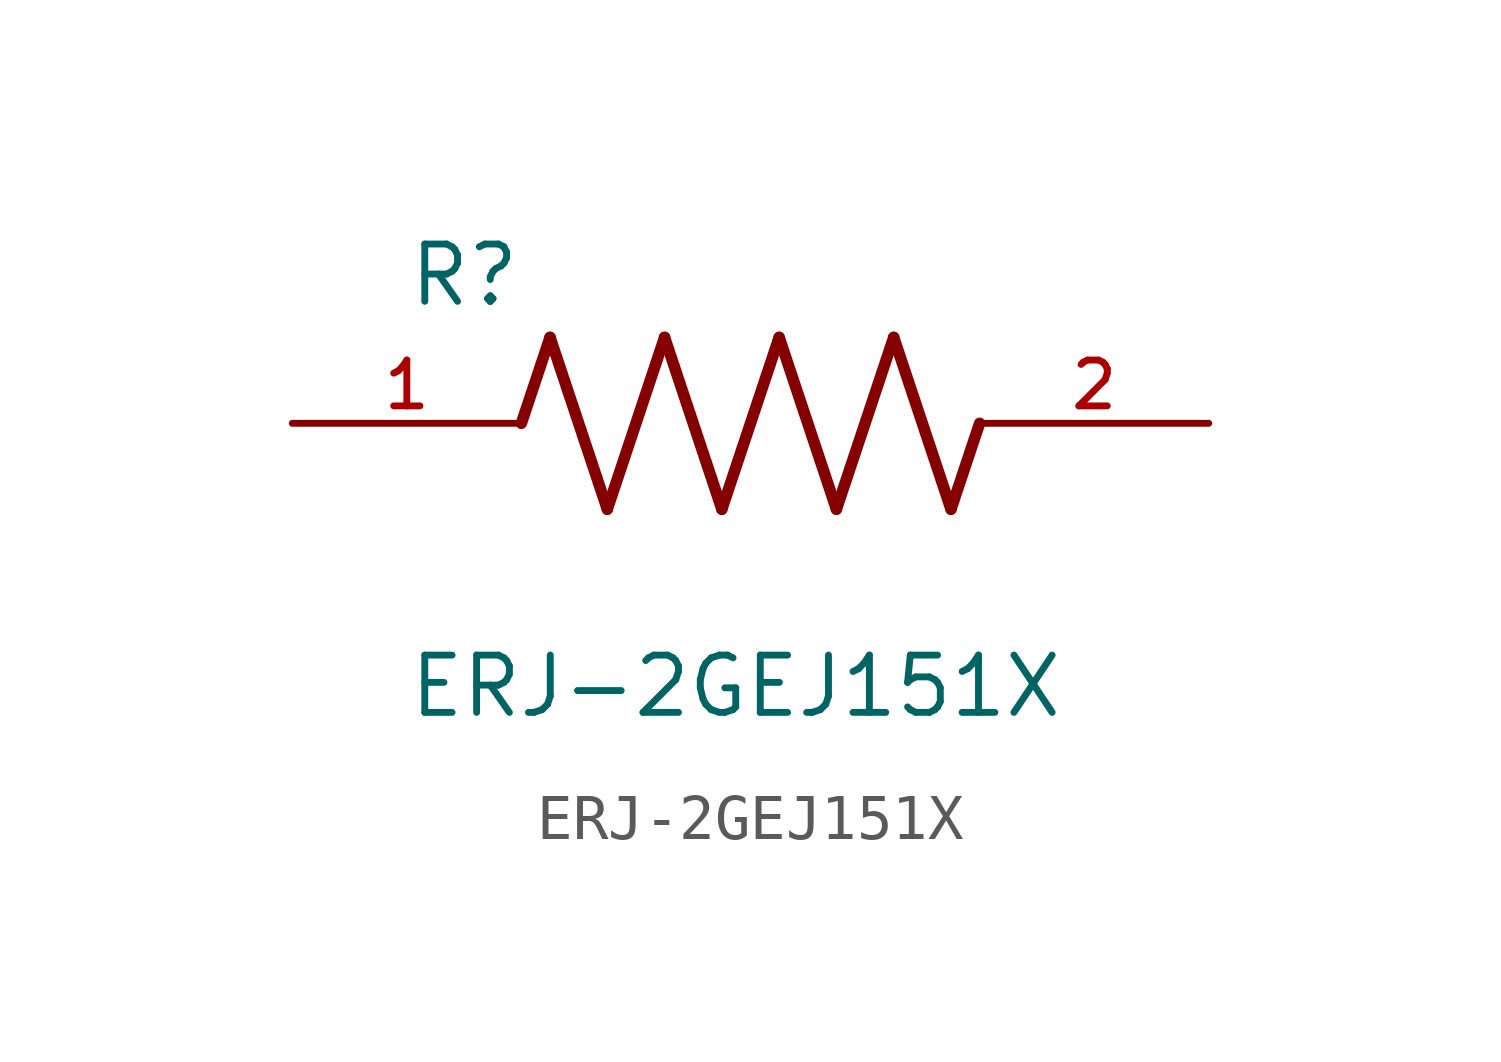
<source format=kicad_sym>
(kicad_symbol_lib
  (version 20211014)
  (generator kicad_symbol_editor)
  (symbol "ERJ-2GEJ151X"
    (pin_names
      (offset 1.016))
    (property "Reference" "R"
      (at -7.624 2.541 0)
      (effects (font (size 1.27 1.27)) (justify bottom left)))
    (property "Value" "ERJ-2GEJ151X"
      (at -7.624 -5.087 0)
      (effects (font (size 1.27 1.27)) (justify top left)))
    (symbol "ERJ-2GEJ151X_0_0"
      (polyline (pts (xy -5.08 0.0) (xy -4.445 1.905)) (stroke (width 0.254)))
      (polyline (pts (xy -4.445 1.905) (xy -3.175 -1.905)) (stroke (width 0.254)))
      (polyline (pts (xy -3.175 -1.905) (xy -1.905 1.905)) (stroke (width 0.254)))
      (polyline (pts (xy -1.905 1.905) (xy -0.635 -1.905)) (stroke (width 0.254)))
      (polyline (pts (xy -0.635 -1.905) (xy 0.635 1.905)) (stroke (width 0.254)))
      (polyline (pts (xy 0.635 1.905) (xy 1.905 -1.905)) (stroke (width 0.254)))
      (polyline (pts (xy 1.905 -1.905) (xy 3.175 1.905)) (stroke (width 0.254)))
      (polyline (pts (xy 3.175 1.905) (xy 4.445 -1.905)) (stroke (width 0.254)))
      (polyline (pts (xy 4.445 -1.905) (xy 5.08 0.0)) (stroke (width 0.254)))
      (pin passive line (at -10.16 0.0 0) (length 5.08) (name "~" (effects (font (size 1.016 1.016)))) (number "1" (effects (font (size 1.016 1.016)))))
      (pin passive line (at 10.16 0.0 180.0) (length 5.08) (name "~" (effects (font (size 1.016 1.016)))) (number "2" (effects (font (size 1.016 1.016))))))))
</source>
